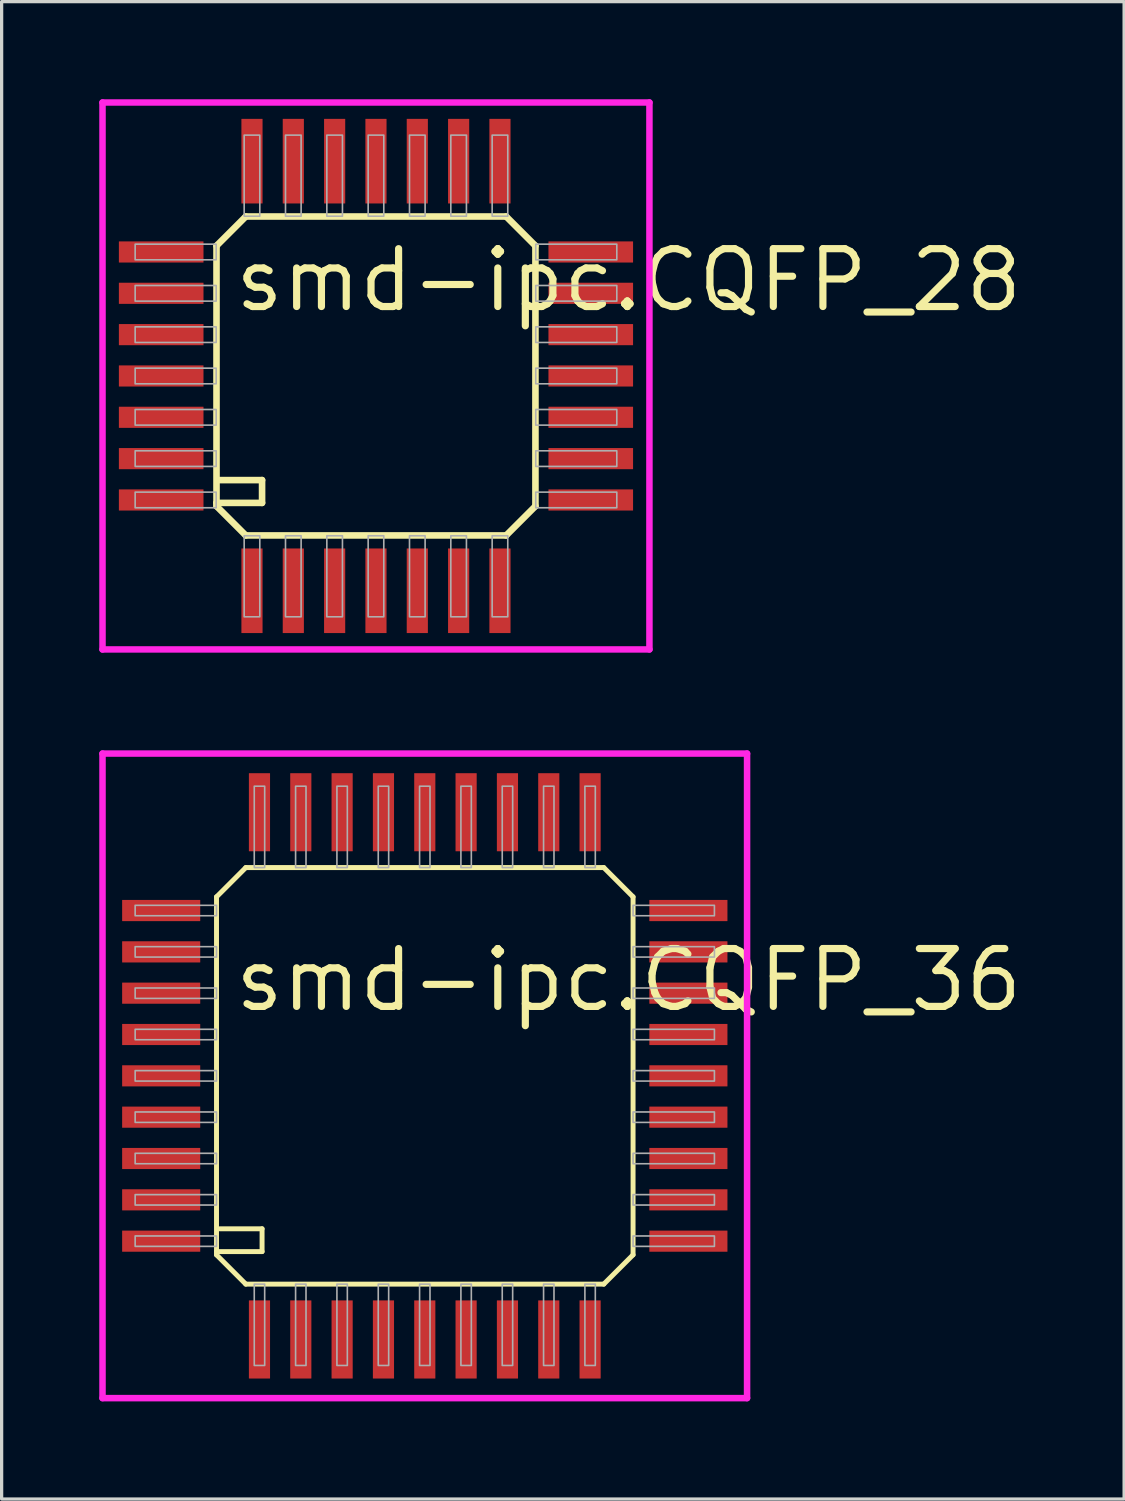
<source format=kicad_pcb>
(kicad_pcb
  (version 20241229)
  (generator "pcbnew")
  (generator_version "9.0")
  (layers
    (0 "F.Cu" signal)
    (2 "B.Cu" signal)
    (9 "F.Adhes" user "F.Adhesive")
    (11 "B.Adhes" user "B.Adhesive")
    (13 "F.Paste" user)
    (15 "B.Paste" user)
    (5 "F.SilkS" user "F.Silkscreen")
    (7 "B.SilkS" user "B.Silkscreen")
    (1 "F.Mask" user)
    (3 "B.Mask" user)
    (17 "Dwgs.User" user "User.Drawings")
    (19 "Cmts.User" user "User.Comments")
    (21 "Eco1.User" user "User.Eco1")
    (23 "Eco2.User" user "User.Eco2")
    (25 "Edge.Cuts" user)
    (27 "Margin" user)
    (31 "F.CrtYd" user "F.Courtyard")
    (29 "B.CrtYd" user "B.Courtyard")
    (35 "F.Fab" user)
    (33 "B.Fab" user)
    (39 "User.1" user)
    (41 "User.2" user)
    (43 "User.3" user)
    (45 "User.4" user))
  (footprint "smd-ipc.CQFP_36"
    (layer "F.Cu")
    (at 10.003 30.009)
    (property "Reference" "smd-ipc.CQFP_36" (at -5.945 -1.905 0) (layer "F.SilkS") (effects (font (size 1.778 1.778) (thickness 0.22)) (justify left bottom)))
    (attr smd)
    (fp_line (start -6.4 -5.5) (end -6.4 5.4) (stroke (width 0.152) (type default)) (layer "F.SilkS"))
    (fp_line (start -6.4 -5.5) (end -5.5 -6.4) (stroke (width 0.152) (type default)) (layer "F.SilkS"))
    (fp_line (start -6.4 5.4) (end -6.4 5.5) (stroke (width 0.152) (type default)) (layer "F.SilkS"))
    (fp_line (start -6.4 5.4) (end -5 5.4) (stroke (width 0.152) (type default)) (layer "F.SilkS"))
    (fp_line (start -6.4 5.5) (end -5.5 6.4) (stroke (width 0.152) (type default)) (layer "F.SilkS"))
    (fp_line (start -5.5 6.4) (end 5.5 6.4) (stroke (width 0.152) (type default)) (layer "F.SilkS"))
    (fp_line (start -5 4.7) (end -6.3 4.7) (stroke (width 0.152) (type default)) (layer "F.SilkS"))
    (fp_line (start -5 5.4) (end -5 4.7) (stroke (width 0.152) (type default)) (layer "F.SilkS"))
    (fp_line (start 5.5 -6.4) (end -5.5 -6.4) (stroke (width 0.152) (type default)) (layer "F.SilkS"))
    (fp_line (start 5.5 -6.4) (end 6.4 -5.5) (stroke (width 0.152) (type default)) (layer "F.SilkS"))
    (fp_line (start 5.5 6.4) (end 6.4 5.5) (stroke (width 0.152) (type default)) (layer "F.SilkS"))
    (fp_line (start 6.4 5.5) (end 6.4 -5.5) (stroke (width 0.152) (type default)) (layer "F.SilkS"))
    (fp_line (start -9.903 -9.903) (end 9.903 -9.903) (stroke (width 0.2) (type default)) (layer "F.CrtYd"))
    (fp_line (start -9.903 9.903) (end -9.903 -9.903) (stroke (width 0.2) (type default)) (layer "F.CrtYd"))
    (fp_line (start 9.903 -9.903) (end 9.903 9.903) (stroke (width 0.2) (type default)) (layer "F.CrtYd"))
    (fp_line (start 9.903 9.903) (end -9.903 9.903) (stroke (width 0.2) (type default)) (layer "F.CrtYd"))
    (fp_rect (start -8.9 -4.92) (end -6.4 -5.24) (stroke (width 0.05) (type default)) (fill no) (layer "F.Fab"))
    (fp_rect (start -8.9 -3.65) (end -6.4 -3.97) (stroke (width 0.05) (type default)) (fill no) (layer "F.Fab"))
    (fp_rect (start -8.9 -2.38) (end -6.4 -2.7) (stroke (width 0.05) (type default)) (fill no) (layer "F.Fab"))
    (fp_rect (start -8.9 -1.11) (end -6.4 -1.43) (stroke (width 0.05) (type default)) (fill no) (layer "F.Fab"))
    (fp_rect (start -8.9 0.16) (end -6.4 -0.16) (stroke (width 0.05) (type default)) (fill no) (layer "F.Fab"))
    (fp_rect (start -8.9 1.43) (end -6.4 1.11) (stroke (width 0.05) (type default)) (fill no) (layer "F.Fab"))
    (fp_rect (start -8.9 2.7) (end -6.4 2.38) (stroke (width 0.05) (type default)) (fill no) (layer "F.Fab"))
    (fp_rect (start -8.9 3.97) (end -6.4 3.65) (stroke (width 0.05) (type default)) (fill no) (layer "F.Fab"))
    (fp_rect (start -8.9 5.24) (end -6.4 4.92) (stroke (width 0.05) (type default)) (fill no) (layer "F.Fab"))
    (fp_rect (start -5.24 -6.4) (end -4.92 -8.9) (stroke (width 0.05) (type default)) (fill no) (layer "F.Fab"))
    (fp_rect (start -5.24 8.9) (end -4.92 6.4) (stroke (width 0.05) (type default)) (fill no) (layer "F.Fab"))
    (fp_rect (start -3.97 -6.4) (end -3.65 -8.9) (stroke (width 0.05) (type default)) (fill no) (layer "F.Fab"))
    (fp_rect (start -3.97 8.9) (end -3.65 6.4) (stroke (width 0.05) (type default)) (fill no) (layer "F.Fab"))
    (fp_rect (start -2.7 -6.4) (end -2.38 -8.9) (stroke (width 0.05) (type default)) (fill no) (layer "F.Fab"))
    (fp_rect (start -2.7 8.9) (end -2.38 6.4) (stroke (width 0.05) (type default)) (fill no) (layer "F.Fab"))
    (fp_rect (start -1.43 -6.4) (end -1.11 -8.9) (stroke (width 0.05) (type default)) (fill no) (layer "F.Fab"))
    (fp_rect (start -1.43 8.9) (end -1.11 6.4) (stroke (width 0.05) (type default)) (fill no) (layer "F.Fab"))
    (fp_rect (start -0.16 -6.4) (end 0.16 -8.9) (stroke (width 0.05) (type default)) (fill no) (layer "F.Fab"))
    (fp_rect (start -0.16 8.9) (end 0.16 6.4) (stroke (width 0.05) (type default)) (fill no) (layer "F.Fab"))
    (fp_rect (start 1.11 -6.4) (end 1.43 -8.9) (stroke (width 0.05) (type default)) (fill no) (layer "F.Fab"))
    (fp_rect (start 1.11 8.9) (end 1.43 6.4) (stroke (width 0.05) (type default)) (fill no) (layer "F.Fab"))
    (fp_rect (start 2.38 -6.4) (end 2.7 -8.9) (stroke (width 0.05) (type default)) (fill no) (layer "F.Fab"))
    (fp_rect (start 2.38 8.9) (end 2.7 6.4) (stroke (width 0.05) (type default)) (fill no) (layer "F.Fab"))
    (fp_rect (start 3.65 -6.4) (end 3.97 -8.9) (stroke (width 0.05) (type default)) (fill no) (layer "F.Fab"))
    (fp_rect (start 3.65 8.9) (end 3.97 6.4) (stroke (width 0.05) (type default)) (fill no) (layer "F.Fab"))
    (fp_rect (start 4.92 -6.4) (end 5.24 -8.9) (stroke (width 0.05) (type default)) (fill no) (layer "F.Fab"))
    (fp_rect (start 4.92 8.9) (end 5.24 6.4) (stroke (width 0.05) (type default)) (fill no) (layer "F.Fab"))
    (fp_rect (start 6.4 -4.92) (end 8.9 -5.24) (stroke (width 0.05) (type default)) (fill no) (layer "F.Fab"))
    (fp_rect (start 6.4 -3.65) (end 8.9 -3.97) (stroke (width 0.05) (type default)) (fill no) (layer "F.Fab"))
    (fp_rect (start 6.4 -2.38) (end 8.9 -2.7) (stroke (width 0.05) (type default)) (fill no) (layer "F.Fab"))
    (fp_rect (start 6.4 -1.11) (end 8.9 -1.43) (stroke (width 0.05) (type default)) (fill no) (layer "F.Fab"))
    (fp_rect (start 6.4 0.16) (end 8.9 -0.16) (stroke (width 0.05) (type default)) (fill no) (layer "F.Fab"))
    (fp_rect (start 6.4 1.43) (end 8.9 1.11) (stroke (width 0.05) (type default)) (fill no) (layer "F.Fab"))
    (fp_rect (start 6.4 2.7) (end 8.9 2.38) (stroke (width 0.05) (type default)) (fill no) (layer "F.Fab"))
    (fp_rect (start 6.4 3.97) (end 8.9 3.65) (stroke (width 0.05) (type default)) (fill no) (layer "F.Fab"))
    (fp_rect (start 6.4 5.24) (end 8.9 4.92) (stroke (width 0.05) (type default)) (fill no) (layer "F.Fab"))
    (pad "1" smd roundrect (at -5.08 8.1) (size 0.65 2.4) (layers "F.Cu" "F.Mask" "F.Paste") (roundrect_rratio 0.01))
    (pad "2" smd roundrect (at -3.81 8.1) (size 0.65 2.4) (layers "F.Cu" "F.Mask" "F.Paste") (roundrect_rratio 0.01))
    (pad "3" smd roundrect (at -2.54 8.1) (size 0.65 2.4) (layers "F.Cu" "F.Mask" "F.Paste") (roundrect_rratio 0.01))
    (pad "4" smd roundrect (at -1.27 8.1) (size 0.65 2.4) (layers "F.Cu" "F.Mask" "F.Paste") (roundrect_rratio 0.01))
    (pad "5" smd roundrect (at 0 8.1) (size 0.65 2.4) (layers "F.Cu" "F.Mask" "F.Paste") (roundrect_rratio 0.01))
    (pad "6" smd roundrect (at 1.27 8.1) (size 0.65 2.4) (layers "F.Cu" "F.Mask" "F.Paste") (roundrect_rratio 0.01))
    (pad "7" smd roundrect (at 2.54 8.1) (size 0.65 2.4) (layers "F.Cu" "F.Mask" "F.Paste") (roundrect_rratio 0.01))
    (pad "8" smd roundrect (at 3.81 8.1) (size 0.65 2.4) (layers "F.Cu" "F.Mask" "F.Paste") (roundrect_rratio 0.01))
    (pad "9" smd roundrect (at 5.08 8.1) (size 0.65 2.4) (layers "F.Cu" "F.Mask" "F.Paste") (roundrect_rratio 0.01))
    (pad "10" smd roundrect (at 8.1 5.08) (size 2.4 0.65) (layers "F.Cu" "F.Mask" "F.Paste") (roundrect_rratio 0.01))
    (pad "11" smd roundrect (at 8.1 3.81) (size 2.4 0.65) (layers "F.Cu" "F.Mask" "F.Paste") (roundrect_rratio 0.01))
    (pad "12" smd roundrect (at 8.1 2.54) (size 2.4 0.65) (layers "F.Cu" "F.Mask" "F.Paste") (roundrect_rratio 0.01))
    (pad "13" smd roundrect (at 8.1 1.27) (size 2.4 0.65) (layers "F.Cu" "F.Mask" "F.Paste") (roundrect_rratio 0.01))
    (pad "14" smd roundrect (at 8.1 0) (size 2.4 0.65) (layers "F.Cu" "F.Mask" "F.Paste") (roundrect_rratio 0.01))
    (pad "15" smd roundrect (at 8.1 -1.27) (size 2.4 0.65) (layers "F.Cu" "F.Mask" "F.Paste") (roundrect_rratio 0.01))
    (pad "16" smd roundrect (at 8.1 -2.54) (size 2.4 0.65) (layers "F.Cu" "F.Mask" "F.Paste") (roundrect_rratio 0.01))
    (pad "17" smd roundrect (at 8.1 -3.81) (size 2.4 0.65) (layers "F.Cu" "F.Mask" "F.Paste") (roundrect_rratio 0.01))
    (pad "18" smd roundrect (at 8.1 -5.08) (size 2.4 0.65) (layers "F.Cu" "F.Mask" "F.Paste") (roundrect_rratio 0.01))
    (pad "19" smd roundrect (at 5.08 -8.1) (size 0.65 2.4) (layers "F.Cu" "F.Mask" "F.Paste") (roundrect_rratio 0.01))
    (pad "20" smd roundrect (at 3.81 -8.1) (size 0.65 2.4) (layers "F.Cu" "F.Mask" "F.Paste") (roundrect_rratio 0.01))
    (pad "21" smd roundrect (at 2.54 -8.1) (size 0.65 2.4) (layers "F.Cu" "F.Mask" "F.Paste") (roundrect_rratio 0.01))
    (pad "22" smd roundrect (at 1.27 -8.1) (size 0.65 2.4) (layers "F.Cu" "F.Mask" "F.Paste") (roundrect_rratio 0.01))
    (pad "23" smd roundrect (at 0 -8.1) (size 0.65 2.4) (layers "F.Cu" "F.Mask" "F.Paste") (roundrect_rratio 0.01))
    (pad "24" smd roundrect (at -1.27 -8.1) (size 0.65 2.4) (layers "F.Cu" "F.Mask" "F.Paste") (roundrect_rratio 0.01))
    (pad "25" smd roundrect (at -2.54 -8.1) (size 0.65 2.4) (layers "F.Cu" "F.Mask" "F.Paste") (roundrect_rratio 0.01))
    (pad "26" smd roundrect (at -3.81 -8.1) (size 0.65 2.4) (layers "F.Cu" "F.Mask" "F.Paste") (roundrect_rratio 0.01))
    (pad "27" smd roundrect (at -5.08 -8.1) (size 0.65 2.4) (layers "F.Cu" "F.Mask" "F.Paste") (roundrect_rratio 0.01))
    (pad "28" smd roundrect (at -8.1 -5.08) (size 2.4 0.65) (layers "F.Cu" "F.Mask" "F.Paste") (roundrect_rratio 0.01))
    (pad "29" smd roundrect (at -8.1 -3.81) (size 2.4 0.65) (layers "F.Cu" "F.Mask" "F.Paste") (roundrect_rratio 0.01))
    (pad "30" smd roundrect (at -8.1 -2.54) (size 2.4 0.65) (layers "F.Cu" "F.Mask" "F.Paste") (roundrect_rratio 0.01))
    (pad "31" smd roundrect (at -8.1 -1.27) (size 2.4 0.65) (layers "F.Cu" "F.Mask" "F.Paste") (roundrect_rratio 0.01))
    (pad "32" smd roundrect (at -8.1 0) (size 2.4 0.65) (layers "F.Cu" "F.Mask" "F.Paste") (roundrect_rratio 0.01))
    (pad "33" smd roundrect (at -8.1 1.27) (size 2.4 0.65) (layers "F.Cu" "F.Mask" "F.Paste") (roundrect_rratio 0.01))
    (pad "34" smd roundrect (at -8.1 2.54) (size 2.4 0.65) (layers "F.Cu" "F.Mask" "F.Paste") (roundrect_rratio 0.01))
    (pad "35" smd roundrect (at -8.1 3.81) (size 2.4 0.65) (layers "F.Cu" "F.Mask" "F.Paste") (roundrect_rratio 0.01))
    (pad "36" smd roundrect (at -8.1 5.08) (size 2.4 0.65) (layers "F.Cu" "F.Mask" "F.Paste") (roundrect_rratio 0.01)))
  (footprint "smd-ipc.CQFP_28"
    (layer "F.Cu")
    (at 8.503 8.503)
    (property "Reference" "smd-ipc.CQFP_28" (at -4.445 -1.905 0) (layer "F.SilkS") (effects (font (size 1.778 1.778) (thickness 0.22)) (justify left bottom)))
    (attr smd)
    (fp_line (start -4.9 -4) (end -4.9 3.9) (stroke (width 0.203) (type default)) (layer "F.SilkS"))
    (fp_line (start -4.9 -4) (end -4 -4.9) (stroke (width 0.203) (type default)) (layer "F.SilkS"))
    (fp_line (start -4.9 3.9) (end -4.9 4) (stroke (width 0.203) (type default)) (layer "F.SilkS"))
    (fp_line (start -4.9 3.9) (end -3.5 3.9) (stroke (width 0.203) (type default)) (layer "F.SilkS"))
    (fp_line (start -4.9 4) (end -4 4.9) (stroke (width 0.203) (type default)) (layer "F.SilkS"))
    (fp_line (start -4 4.9) (end 4 4.9) (stroke (width 0.203) (type default)) (layer "F.SilkS"))
    (fp_line (start -3.5 3.2) (end -4.8 3.2) (stroke (width 0.203) (type default)) (layer "F.SilkS"))
    (fp_line (start -3.5 3.9) (end -3.5 3.2) (stroke (width 0.203) (type default)) (layer "F.SilkS"))
    (fp_line (start 4 -4.9) (end -4 -4.9) (stroke (width 0.203) (type default)) (layer "F.SilkS"))
    (fp_line (start 4 -4.9) (end 4.9 -4) (stroke (width 0.203) (type default)) (layer "F.SilkS"))
    (fp_line (start 4 4.9) (end 4.9 4) (stroke (width 0.203) (type default)) (layer "F.SilkS"))
    (fp_line (start 4.9 4) (end 4.9 -4) (stroke (width 0.203) (type default)) (layer "F.SilkS"))
    (fp_line (start -8.403 -8.403) (end 8.403 -8.403) (stroke (width 0.2) (type default)) (layer "F.CrtYd"))
    (fp_line (start -8.403 8.403) (end -8.403 -8.403) (stroke (width 0.2) (type default)) (layer "F.CrtYd"))
    (fp_line (start 8.403 -8.403) (end 8.403 8.403) (stroke (width 0.2) (type default)) (layer "F.CrtYd"))
    (fp_line (start 8.403 8.403) (end -8.403 8.403) (stroke (width 0.2) (type default)) (layer "F.CrtYd"))
    (fp_rect (start -7.4 -3.57) (end -4.91 -4.05) (stroke (width 0.05) (type default)) (fill no) (layer "F.Fab"))
    (fp_rect (start -7.4 -2.3) (end -4.91 -2.78) (stroke (width 0.05) (type default)) (fill no) (layer "F.Fab"))
    (fp_rect (start -7.4 -1.03) (end -4.91 -1.51) (stroke (width 0.05) (type default)) (fill no) (layer "F.Fab"))
    (fp_rect (start -7.4 0.24) (end -4.91 -0.24) (stroke (width 0.05) (type default)) (fill no) (layer "F.Fab"))
    (fp_rect (start -7.4 1.51) (end -4.91 1.03) (stroke (width 0.05) (type default)) (fill no) (layer "F.Fab"))
    (fp_rect (start -7.4 2.78) (end -4.91 2.3) (stroke (width 0.05) (type default)) (fill no) (layer "F.Fab"))
    (fp_rect (start -7.4 4.05) (end -4.91 3.57) (stroke (width 0.05) (type default)) (fill no) (layer "F.Fab"))
    (fp_rect (start -4.05 -4.91) (end -3.57 -7.4) (stroke (width 0.05) (type default)) (fill no) (layer "F.Fab"))
    (fp_rect (start -4.05 7.4) (end -3.57 4.91) (stroke (width 0.05) (type default)) (fill no) (layer "F.Fab"))
    (fp_rect (start -2.78 -4.91) (end -2.3 -7.4) (stroke (width 0.05) (type default)) (fill no) (layer "F.Fab"))
    (fp_rect (start -2.78 7.4) (end -2.3 4.91) (stroke (width 0.05) (type default)) (fill no) (layer "F.Fab"))
    (fp_rect (start -1.51 -4.91) (end -1.03 -7.4) (stroke (width 0.05) (type default)) (fill no) (layer "F.Fab"))
    (fp_rect (start -1.51 7.4) (end -1.03 4.91) (stroke (width 0.05) (type default)) (fill no) (layer "F.Fab"))
    (fp_rect (start -0.24 -4.91) (end 0.24 -7.4) (stroke (width 0.05) (type default)) (fill no) (layer "F.Fab"))
    (fp_rect (start -0.24 7.4) (end 0.24 4.91) (stroke (width 0.05) (type default)) (fill no) (layer "F.Fab"))
    (fp_rect (start 1.03 -4.91) (end 1.51 -7.4) (stroke (width 0.05) (type default)) (fill no) (layer "F.Fab"))
    (fp_rect (start 1.03 7.4) (end 1.51 4.91) (stroke (width 0.05) (type default)) (fill no) (layer "F.Fab"))
    (fp_rect (start 2.3 -4.91) (end 2.78 -7.4) (stroke (width 0.05) (type default)) (fill no) (layer "F.Fab"))
    (fp_rect (start 2.3 7.4) (end 2.78 4.91) (stroke (width 0.05) (type default)) (fill no) (layer "F.Fab"))
    (fp_rect (start 3.57 -4.91) (end 4.05 -7.4) (stroke (width 0.05) (type default)) (fill no) (layer "F.Fab"))
    (fp_rect (start 3.57 7.4) (end 4.05 4.91) (stroke (width 0.05) (type default)) (fill no) (layer "F.Fab"))
    (fp_rect (start 4.91 -3.57) (end 7.4 -4.05) (stroke (width 0.05) (type default)) (fill no) (layer "F.Fab"))
    (fp_rect (start 4.91 -2.3) (end 7.4 -2.78) (stroke (width 0.05) (type default)) (fill no) (layer "F.Fab"))
    (fp_rect (start 4.91 -1.03) (end 7.4 -1.51) (stroke (width 0.05) (type default)) (fill no) (layer "F.Fab"))
    (fp_rect (start 4.91 0.24) (end 7.4 -0.24) (stroke (width 0.05) (type default)) (fill no) (layer "F.Fab"))
    (fp_rect (start 4.91 1.51) (end 7.4 1.03) (stroke (width 0.05) (type default)) (fill no) (layer "F.Fab"))
    (fp_rect (start 4.91 2.78) (end 7.4 2.3) (stroke (width 0.05) (type default)) (fill no) (layer "F.Fab"))
    (fp_rect (start 4.91 4.05) (end 7.4 3.57) (stroke (width 0.05) (type default)) (fill no) (layer "F.Fab"))
    (pad "1" smd roundrect (at -3.81 6.6) (size 0.65 2.6) (layers "F.Cu" "F.Mask" "F.Paste") (roundrect_rratio 0.01))
    (pad "2" smd roundrect (at -2.54 6.6) (size 0.65 2.6) (layers "F.Cu" "F.Mask" "F.Paste") (roundrect_rratio 0.01))
    (pad "3" smd roundrect (at -1.27 6.6) (size 0.65 2.6) (layers "F.Cu" "F.Mask" "F.Paste") (roundrect_rratio 0.01))
    (pad "4" smd roundrect (at 0 6.6) (size 0.65 2.6) (layers "F.Cu" "F.Mask" "F.Paste") (roundrect_rratio 0.01))
    (pad "5" smd roundrect (at 1.27 6.6) (size 0.65 2.6) (layers "F.Cu" "F.Mask" "F.Paste") (roundrect_rratio 0.01))
    (pad "6" smd roundrect (at 2.54 6.6) (size 0.65 2.6) (layers "F.Cu" "F.Mask" "F.Paste") (roundrect_rratio 0.01))
    (pad "7" smd roundrect (at 3.81 6.6) (size 0.65 2.6) (layers "F.Cu" "F.Mask" "F.Paste") (roundrect_rratio 0.01))
    (pad "8" smd roundrect (at 6.6 3.81) (size 2.6 0.65) (layers "F.Cu" "F.Mask" "F.Paste") (roundrect_rratio 0.01))
    (pad "9" smd roundrect (at 6.6 2.54) (size 2.6 0.65) (layers "F.Cu" "F.Mask" "F.Paste") (roundrect_rratio 0.01))
    (pad "10" smd roundrect (at 6.6 1.27) (size 2.6 0.65) (layers "F.Cu" "F.Mask" "F.Paste") (roundrect_rratio 0.01))
    (pad "11" smd roundrect (at 6.6 0) (size 2.6 0.65) (layers "F.Cu" "F.Mask" "F.Paste") (roundrect_rratio 0.01))
    (pad "12" smd roundrect (at 6.6 -1.27) (size 2.6 0.65) (layers "F.Cu" "F.Mask" "F.Paste") (roundrect_rratio 0.01))
    (pad "13" smd roundrect (at 6.6 -2.54) (size 2.6 0.65) (layers "F.Cu" "F.Mask" "F.Paste") (roundrect_rratio 0.01))
    (pad "14" smd roundrect (at 6.6 -3.81) (size 2.6 0.65) (layers "F.Cu" "F.Mask" "F.Paste") (roundrect_rratio 0.01))
    (pad "15" smd roundrect (at 3.81 -6.6) (size 0.65 2.6) (layers "F.Cu" "F.Mask" "F.Paste") (roundrect_rratio 0.01))
    (pad "16" smd roundrect (at 2.54 -6.6) (size 0.65 2.6) (layers "F.Cu" "F.Mask" "F.Paste") (roundrect_rratio 0.01))
    (pad "17" smd roundrect (at 1.27 -6.6) (size 0.65 2.6) (layers "F.Cu" "F.Mask" "F.Paste") (roundrect_rratio 0.01))
    (pad "18" smd roundrect (at 0 -6.6) (size 0.65 2.6) (layers "F.Cu" "F.Mask" "F.Paste") (roundrect_rratio 0.01))
    (pad "19" smd roundrect (at -1.27 -6.6) (size 0.65 2.6) (layers "F.Cu" "F.Mask" "F.Paste") (roundrect_rratio 0.01))
    (pad "20" smd roundrect (at -2.54 -6.6) (size 0.65 2.6) (layers "F.Cu" "F.Mask" "F.Paste") (roundrect_rratio 0.01))
    (pad "21" smd roundrect (at -3.81 -6.6) (size 0.65 2.6) (layers "F.Cu" "F.Mask" "F.Paste") (roundrect_rratio 0.01))
    (pad "22" smd roundrect (at -6.6 -3.81) (size 2.6 0.65) (layers "F.Cu" "F.Mask" "F.Paste") (roundrect_rratio 0.01))
    (pad "23" smd roundrect (at -6.6 -2.54) (size 2.6 0.65) (layers "F.Cu" "F.Mask" "F.Paste") (roundrect_rratio 0.01))
    (pad "24" smd roundrect (at -6.6 -1.27) (size 2.6 0.65) (layers "F.Cu" "F.Mask" "F.Paste") (roundrect_rratio 0.01))
    (pad "25" smd roundrect (at -6.6 0) (size 2.6 0.65) (layers "F.Cu" "F.Mask" "F.Paste") (roundrect_rratio 0.01))
    (pad "26" smd roundrect (at -6.6 1.27) (size 2.6 0.65) (layers "F.Cu" "F.Mask" "F.Paste") (roundrect_rratio 0.01))
    (pad "27" smd roundrect (at -6.6 2.54) (size 2.6 0.65) (layers "F.Cu" "F.Mask" "F.Paste") (roundrect_rratio 0.01))
    (pad "28" smd roundrect (at -6.6 3.81) (size 2.6 0.65) (layers "F.Cu" "F.Mask" "F.Paste") (roundrect_rratio 0.01)))
  (gr_rect
    (start -3 -3)
    (end 31.492 43.012)
    (stroke (width 0.1) (type default))
    (fill no)
    (layer "Edge.Cuts")))
</source>
